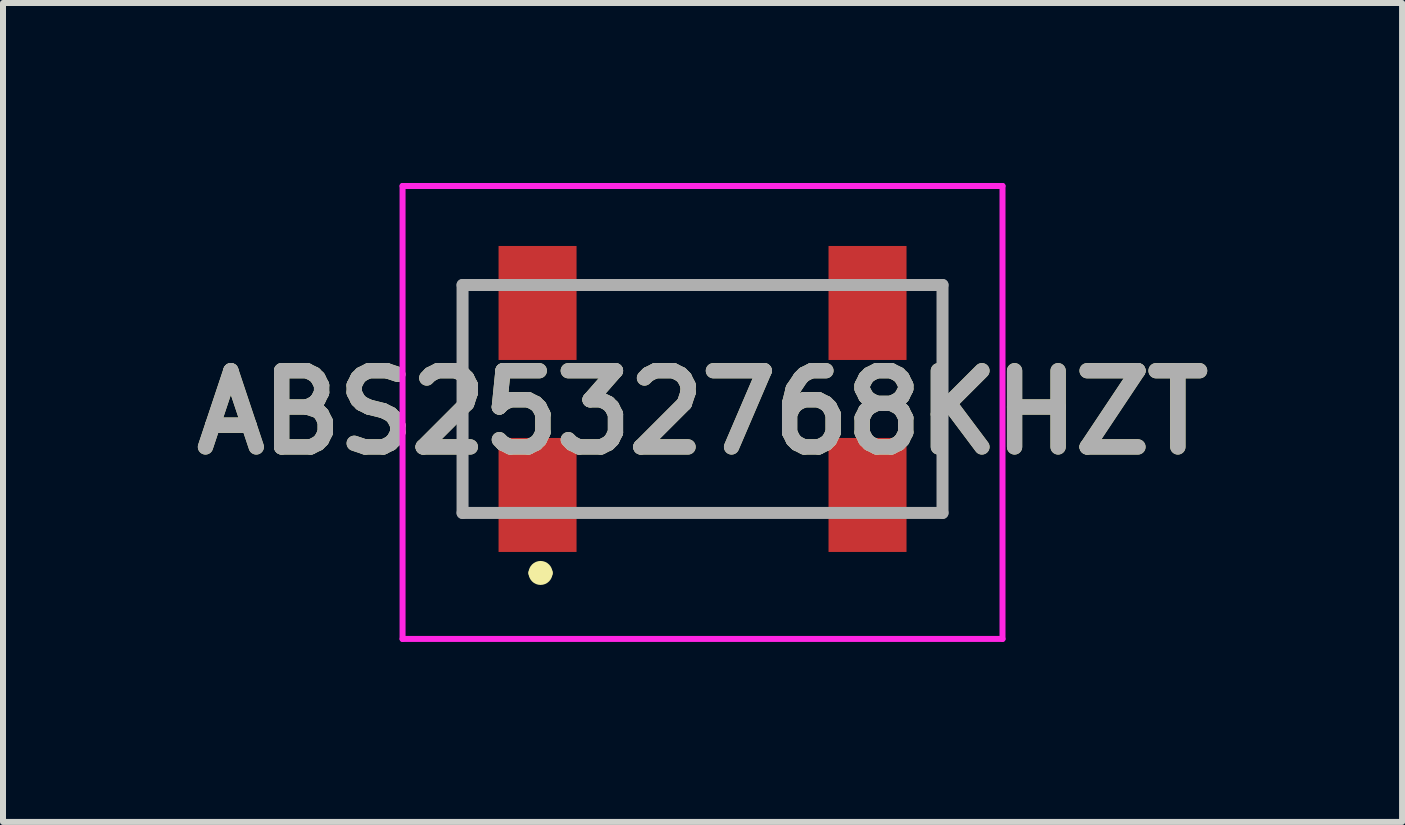
<source format=kicad_pcb>
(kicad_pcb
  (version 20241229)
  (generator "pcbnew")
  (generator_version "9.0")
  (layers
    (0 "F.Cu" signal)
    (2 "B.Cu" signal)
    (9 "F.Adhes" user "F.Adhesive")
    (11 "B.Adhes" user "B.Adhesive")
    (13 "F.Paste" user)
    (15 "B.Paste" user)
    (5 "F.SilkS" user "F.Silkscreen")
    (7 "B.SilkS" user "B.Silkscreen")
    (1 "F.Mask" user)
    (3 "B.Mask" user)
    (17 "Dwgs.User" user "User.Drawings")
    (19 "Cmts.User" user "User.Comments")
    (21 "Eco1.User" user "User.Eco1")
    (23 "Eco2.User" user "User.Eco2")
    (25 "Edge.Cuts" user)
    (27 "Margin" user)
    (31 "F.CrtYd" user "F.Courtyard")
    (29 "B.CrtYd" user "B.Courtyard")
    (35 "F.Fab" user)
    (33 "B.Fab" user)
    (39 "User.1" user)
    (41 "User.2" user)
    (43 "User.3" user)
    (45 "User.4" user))
  (footprint "ABS2532768KHZT"
    (layer "F.Cu")
    (at 8.66 4.15)
    (property "Reference" "ABS2532768KHZT" (at 0 -0.325 0) (layer "F.SilkS") (effects (font (size 1.27 1.27) (thickness 0.254))))
    (attr smd)
    (fp_line (start -4 -2.45) (end -4 1.35) (stroke (width 0.1) (type solid)) (layer "F.SilkS"))
    (fp_line (start -2.8 2.35) (end -2.8 2.35) (stroke (width 0.2) (type solid)) (layer "F.SilkS"))
    (fp_line (start -2.6 2.35) (end -2.6 2.35) (stroke (width 0.2) (type solid)) (layer "F.SilkS"))
    (fp_line (start -1.5 -2.45) (end 1.5 -2.45) (stroke (width 0.1) (type solid)) (layer "F.SilkS"))
    (fp_line (start -1.5 1.35) (end 1.5 1.35) (stroke (width 0.1) (type solid)) (layer "F.SilkS"))
    (fp_line (start 4 -2.45) (end 4 1.35) (stroke (width 0.1) (type solid)) (layer "F.SilkS"))
    (fp_arc (start -2.8 2.35) (mid -2.7 2.25) (end -2.6 2.35) (stroke (width 0.2) (type solid)) (layer "F.SilkS"))
    (fp_arc (start -2.6 2.35) (mid -2.7 2.45) (end -2.8 2.35) (stroke (width 0.2) (type solid)) (layer "F.SilkS"))
    (fp_line (start -5 -4.1) (end 5 -4.1) (stroke (width 0.1) (type solid)) (layer "F.CrtYd"))
    (fp_line (start -5 3.45) (end -5 -4.1) (stroke (width 0.1) (type solid)) (layer "F.CrtYd"))
    (fp_line (start 5 -4.1) (end 5 3.45) (stroke (width 0.1) (type solid)) (layer "F.CrtYd"))
    (fp_line (start 5 3.45) (end -5 3.45) (stroke (width 0.1) (type solid)) (layer "F.CrtYd"))
    (fp_line (start -4 -2.45) (end 4 -2.45) (stroke (width 0.2) (type solid)) (layer "F.Fab"))
    (fp_line (start -4 1.35) (end -4 -2.45) (stroke (width 0.2) (type solid)) (layer "F.Fab"))
    (fp_line (start 4 -2.45) (end 4 1.35) (stroke (width 0.2) (type solid)) (layer "F.Fab"))
    (fp_line (start 4 1.35) (end -4 1.35) (stroke (width 0.2) (type solid)) (layer "F.Fab"))
    (fp_text user "${REFERENCE}" (at 0 -0.325 0) (layer "F.Fab") (effects (font (size 1.27 1.27) (thickness 0.254))))
    (pad "1" smd rect (at -2.75 1.05) (size 1.3 1.9) (layers "F.Cu" "F.Mask" "F.Paste"))
    (pad "2" smd rect (at 2.75 1.05) (size 1.3 1.9) (layers "F.Cu" "F.Mask" "F.Paste"))
    (pad "3" smd rect (at 2.75 -2.15) (size 1.3 1.9) (layers "F.Cu" "F.Mask" "F.Paste"))
    (pad "4" smd rect (at -2.75 -2.15) (size 1.3 1.9) (layers "F.Cu" "F.Mask" "F.Paste")))
  (gr_rect
    (start -3 -3)
    (end 20.32 10.65)
    (stroke (width 0.1) (type default))
    (fill no)
    (layer "Edge.Cuts")))
</source>
